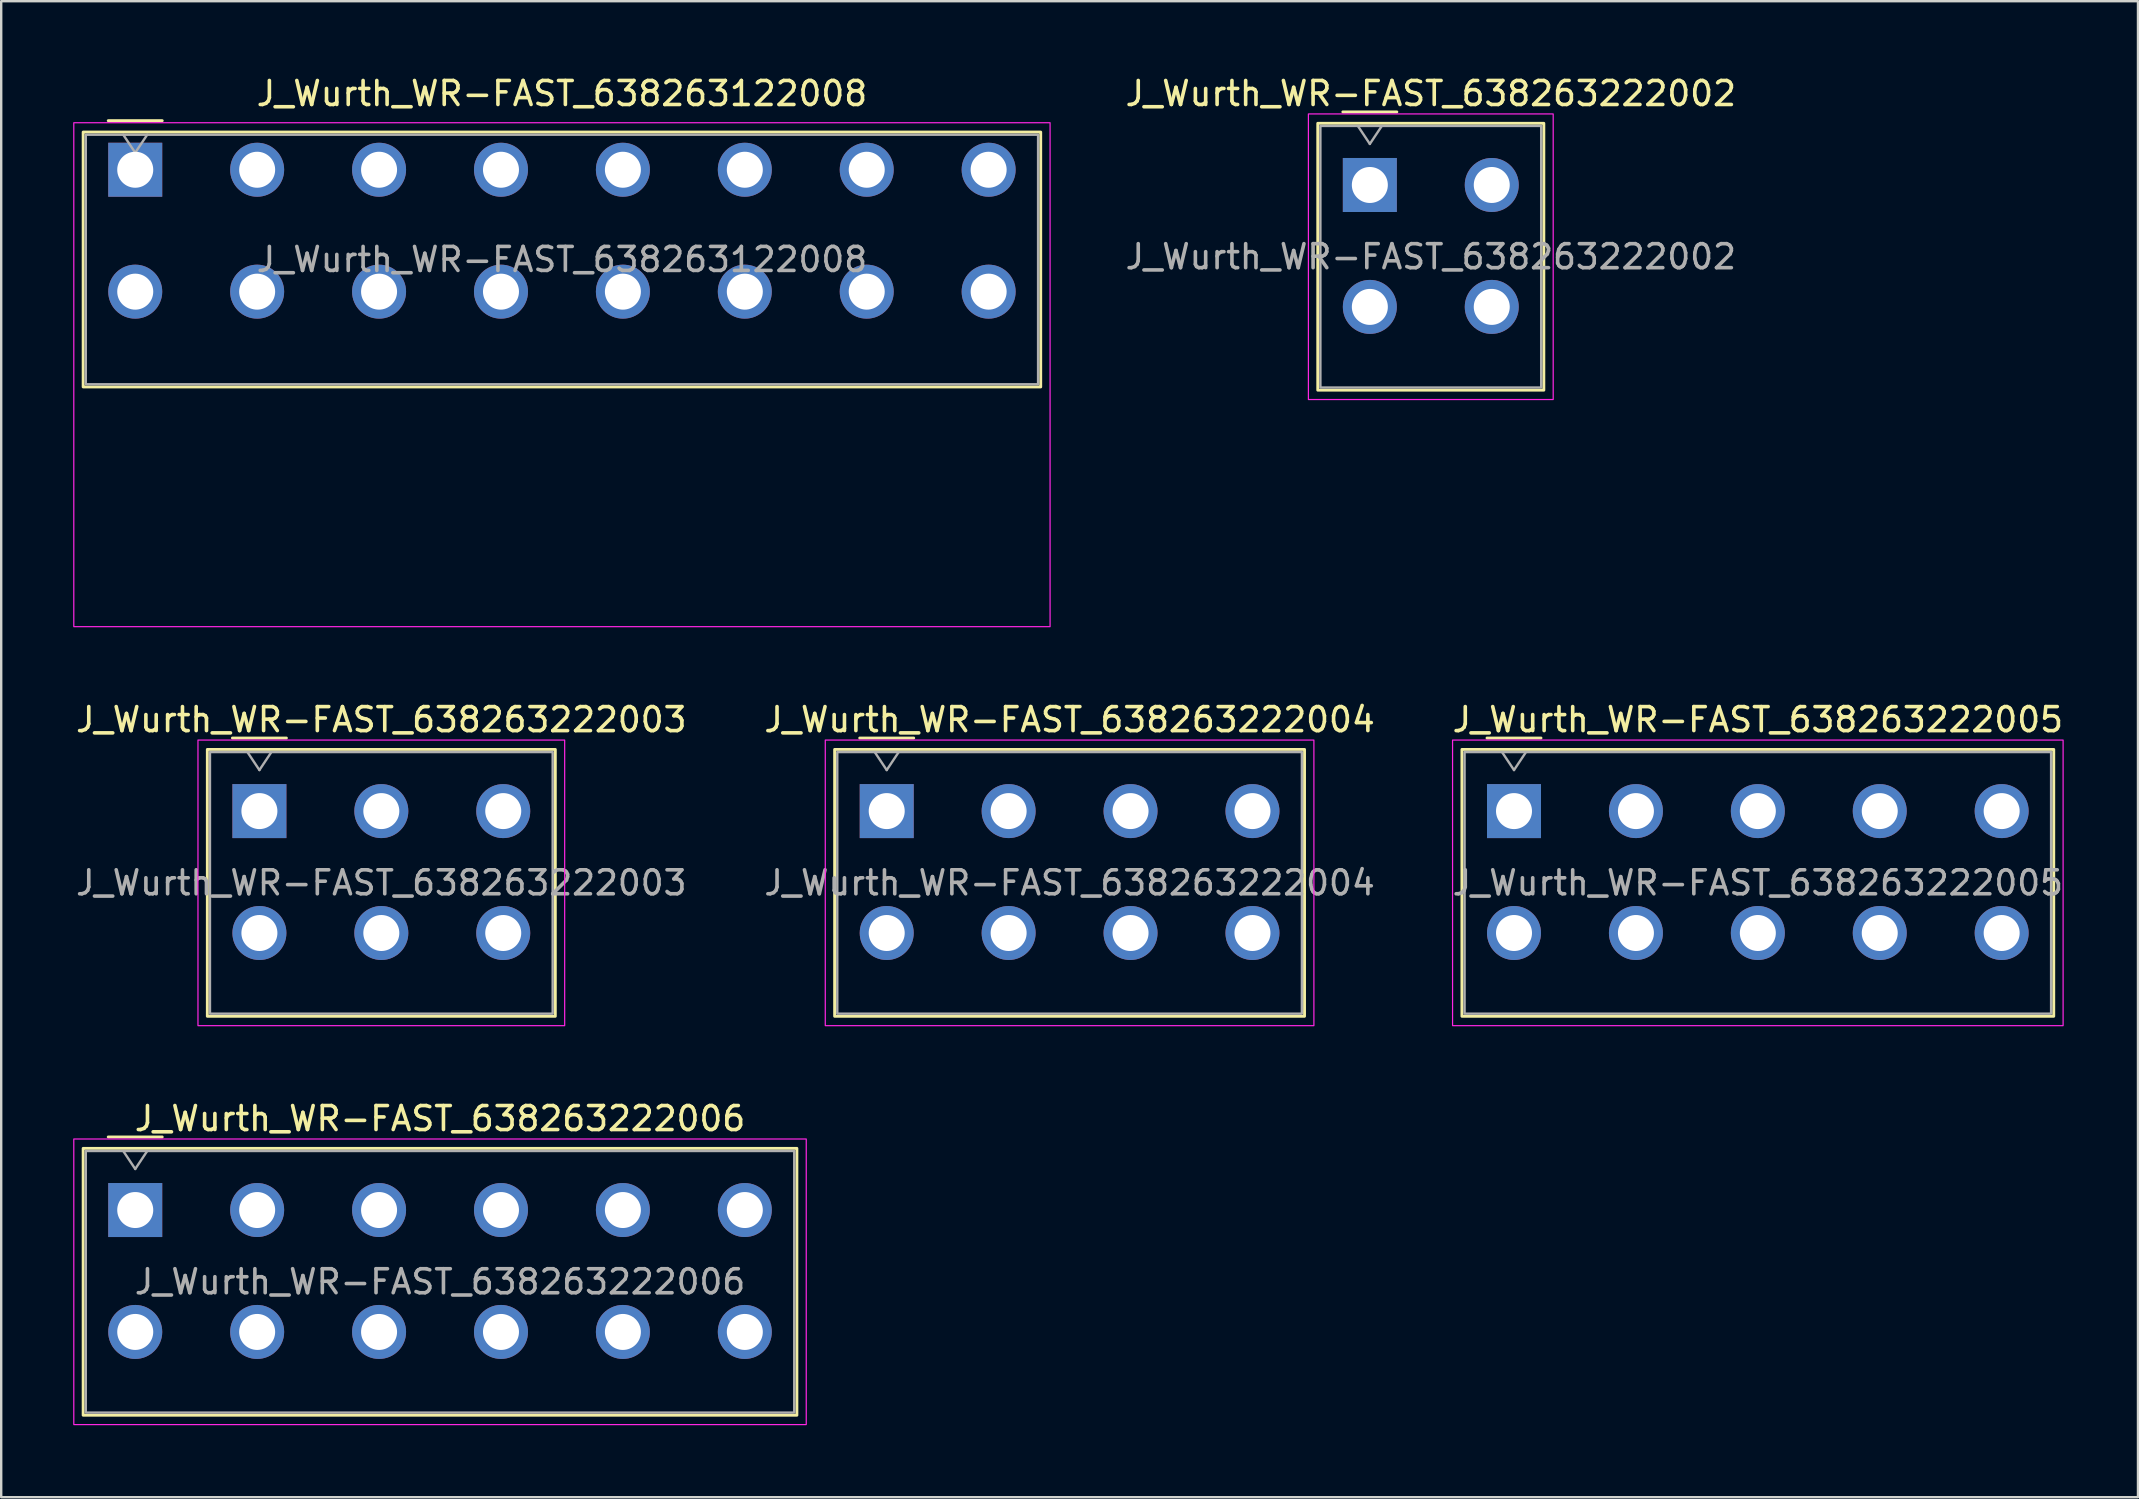
<source format=kicad_pcb>
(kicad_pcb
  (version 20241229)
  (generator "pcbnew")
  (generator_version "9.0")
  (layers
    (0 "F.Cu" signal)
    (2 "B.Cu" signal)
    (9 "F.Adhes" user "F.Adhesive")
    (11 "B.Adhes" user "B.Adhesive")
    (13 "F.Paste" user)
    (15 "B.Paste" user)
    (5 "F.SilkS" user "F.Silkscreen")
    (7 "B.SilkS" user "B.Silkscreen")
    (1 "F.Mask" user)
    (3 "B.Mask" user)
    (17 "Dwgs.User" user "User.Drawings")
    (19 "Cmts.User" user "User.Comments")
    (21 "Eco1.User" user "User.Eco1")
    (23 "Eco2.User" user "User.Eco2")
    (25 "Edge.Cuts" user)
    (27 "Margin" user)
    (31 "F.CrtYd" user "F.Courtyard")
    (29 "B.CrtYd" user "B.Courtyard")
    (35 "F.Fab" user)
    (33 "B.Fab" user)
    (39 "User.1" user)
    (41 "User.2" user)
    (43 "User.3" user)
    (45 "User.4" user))
  (footprint "J_Wurth_WR-FAST_638263222005"
    (layer "F.Cu")
    (at 60.036 30.747)
    (property "Reference" "J_Wurth_WR-FAST_638263222005" (at 10.16 -3.81 0) (unlocked yes) (layer "F.SilkS") (effects (font (size 1 1) (thickness 0.15))))
    (attr through_hole)
    (fp_line (start -1.125 -3.045) (end 1.125 -3.045) (stroke (width 0.12) (type solid)) (layer "F.SilkS"))
    (fp_rect (start -2.17 -2.57) (end 22.49 8.55) (stroke (width 0.12) (type solid)) (fill no) (layer "F.SilkS"))
    (fp_rect (start -2.56 -2.96) (end 22.88 8.94) (stroke (width 0.05) (type solid)) (fill no) (layer "F.CrtYd"))
    (fp_line (start 0 -1.71) (end -0.5 -2.46) (stroke (width 0.1) (type solid)) (layer "F.Fab"))
    (fp_line (start 0 -1.71) (end 0.5 -2.46) (stroke (width 0.1) (type solid)) (layer "F.Fab"))
    (fp_rect (start -2.06 -2.46) (end 22.38 8.44) (stroke (width 0.1) (type solid)) (fill no) (layer "F.Fab"))
    (fp_text user "${REFERENCE}" (at 10.16 2.99 0) (unlocked yes) (layer "F.Fab") (effects (font (size 1 1) (thickness 0.15))))
    (pad "1" thru_hole rect (at 0 0) (size 2.25 2.25) (drill 1.5) (layers "*.Cu" "*.Mask"))
    (pad "2" thru_hole circle (at 5.08 0) (size 2.25 2.25) (drill 1.5) (layers "*.Cu" "*.Mask"))
    (pad "3" thru_hole circle (at 10.16 0) (size 2.25 2.25) (drill 1.5) (layers "*.Cu" "*.Mask"))
    (pad "4" thru_hole circle (at 15.24 0) (size 2.25 2.25) (drill 1.5) (layers "*.Cu" "*.Mask"))
    (pad "5" thru_hole circle (at 20.32 0) (size 2.25 2.25) (drill 1.5) (layers "*.Cu" "*.Mask"))
    (pad "A1" thru_hole circle (at 0 5.08) (size 2.25 2.25) (drill 1.5) (layers "*.Cu" "*.Mask"))
    (pad "A2" thru_hole circle (at 5.08 5.08) (size 2.25 2.25) (drill 1.5) (layers "*.Cu" "*.Mask"))
    (pad "A3" thru_hole circle (at 10.16 5.08) (size 2.25 2.25) (drill 1.5) (layers "*.Cu" "*.Mask"))
    (pad "A4" thru_hole circle (at 15.24 5.08) (size 2.25 2.25) (drill 1.5) (layers "*.Cu" "*.Mask"))
    (pad "A5" thru_hole circle (at 20.32 5.08) (size 2.25 2.25) (drill 1.5) (layers "*.Cu" "*.Mask")))
  (footprint "J_Wurth_WR-FAST_638263222006"
    (layer "F.Cu")
    (at 2.585 47.37)
    (property "Reference" "J_Wurth_WR-FAST_638263222006" (at 12.7 -3.81 0) (unlocked yes) (layer "F.SilkS") (effects (font (size 1 1) (thickness 0.15))))
    (attr through_hole)
    (fp_line (start -1.125 -3.045) (end 1.125 -3.045) (stroke (width 0.12) (type solid)) (layer "F.SilkS"))
    (fp_rect (start -2.17 -2.57) (end 27.57 8.55) (stroke (width 0.12) (type solid)) (fill no) (layer "F.SilkS"))
    (fp_rect (start -2.56 -2.96) (end 27.96 8.94) (stroke (width 0.05) (type solid)) (fill no) (layer "F.CrtYd"))
    (fp_line (start 0 -1.71) (end -0.5 -2.46) (stroke (width 0.1) (type solid)) (layer "F.Fab"))
    (fp_line (start 0 -1.71) (end 0.5 -2.46) (stroke (width 0.1) (type solid)) (layer "F.Fab"))
    (fp_rect (start -2.06 -2.46) (end 27.46 8.44) (stroke (width 0.1) (type solid)) (fill no) (layer "F.Fab"))
    (fp_text user "${REFERENCE}" (at 12.7 2.99 0) (unlocked yes) (layer "F.Fab") (effects (font (size 1 1) (thickness 0.15))))
    (pad "1" thru_hole rect (at 0 0) (size 2.25 2.25) (drill 1.5) (layers "*.Cu" "*.Mask"))
    (pad "2" thru_hole circle (at 5.08 0) (size 2.25 2.25) (drill 1.5) (layers "*.Cu" "*.Mask"))
    (pad "3" thru_hole circle (at 10.16 0) (size 2.25 2.25) (drill 1.5) (layers "*.Cu" "*.Mask"))
    (pad "4" thru_hole circle (at 15.24 0) (size 2.25 2.25) (drill 1.5) (layers "*.Cu" "*.Mask"))
    (pad "5" thru_hole circle (at 20.32 0) (size 2.25 2.25) (drill 1.5) (layers "*.Cu" "*.Mask"))
    (pad "6" thru_hole circle (at 25.4 0) (size 2.25 2.25) (drill 1.5) (layers "*.Cu" "*.Mask"))
    (pad "A1" thru_hole circle (at 0 5.08) (size 2.25 2.25) (drill 1.5) (layers "*.Cu" "*.Mask"))
    (pad "A2" thru_hole circle (at 5.08 5.08) (size 2.25 2.25) (drill 1.5) (layers "*.Cu" "*.Mask"))
    (pad "A3" thru_hole circle (at 10.16 5.08) (size 2.25 2.25) (drill 1.5) (layers "*.Cu" "*.Mask"))
    (pad "A4" thru_hole circle (at 15.24 5.08) (size 2.25 2.25) (drill 1.5) (layers "*.Cu" "*.Mask"))
    (pad "A5" thru_hole circle (at 20.32 5.08) (size 2.25 2.25) (drill 1.5) (layers "*.Cu" "*.Mask"))
    (pad "A6" thru_hole circle (at 25.4 5.08) (size 2.25 2.25) (drill 1.5) (layers "*.Cu" "*.Mask")))
  (footprint "J_Wurth_WR-FAST_638263222004"
    (layer "F.Cu")
    (at 33.898 30.747)
    (property "Reference" "J_Wurth_WR-FAST_638263222004" (at 7.62 -3.81 0) (unlocked yes) (layer "F.SilkS") (effects (font (size 1 1) (thickness 0.15))))
    (attr through_hole)
    (fp_line (start -1.125 -3.045) (end 1.125 -3.045) (stroke (width 0.12) (type solid)) (layer "F.SilkS"))
    (fp_rect (start -2.17 -2.57) (end 17.41 8.55) (stroke (width 0.12) (type solid)) (fill no) (layer "F.SilkS"))
    (fp_rect (start -2.56 -2.96) (end 17.8 8.94) (stroke (width 0.05) (type solid)) (fill no) (layer "F.CrtYd"))
    (fp_line (start 0 -1.71) (end -0.5 -2.46) (stroke (width 0.1) (type solid)) (layer "F.Fab"))
    (fp_line (start 0 -1.71) (end 0.5 -2.46) (stroke (width 0.1) (type solid)) (layer "F.Fab"))
    (fp_rect (start -2.06 -2.46) (end 17.3 8.44) (stroke (width 0.1) (type solid)) (fill no) (layer "F.Fab"))
    (fp_text user "${REFERENCE}" (at 7.62 2.99 0) (unlocked yes) (layer "F.Fab") (effects (font (size 1 1) (thickness 0.15))))
    (pad "1" thru_hole rect (at 0 0) (size 2.25 2.25) (drill 1.5) (layers "*.Cu" "*.Mask"))
    (pad "2" thru_hole circle (at 5.08 0) (size 2.25 2.25) (drill 1.5) (layers "*.Cu" "*.Mask"))
    (pad "3" thru_hole circle (at 10.16 0) (size 2.25 2.25) (drill 1.5) (layers "*.Cu" "*.Mask"))
    (pad "4" thru_hole circle (at 15.24 0) (size 2.25 2.25) (drill 1.5) (layers "*.Cu" "*.Mask"))
    (pad "A1" thru_hole circle (at 0 5.08) (size 2.25 2.25) (drill 1.5) (layers "*.Cu" "*.Mask"))
    (pad "A2" thru_hole circle (at 5.08 5.08) (size 2.25 2.25) (drill 1.5) (layers "*.Cu" "*.Mask"))
    (pad "A3" thru_hole circle (at 10.16 5.08) (size 2.25 2.25) (drill 1.5) (layers "*.Cu" "*.Mask"))
    (pad "A4" thru_hole circle (at 15.24 5.08) (size 2.25 2.25) (drill 1.5) (layers "*.Cu" "*.Mask")))
  (footprint "J_Wurth_WR-FAST_638263222002"
    (layer "F.Cu")
    (at 54.029 4.658)
    (property "Reference" "J_Wurth_WR-FAST_638263222002" (at 2.54 -3.81 0) (unlocked yes) (layer "F.SilkS") (effects (font (size 1 1) (thickness 0.15))))
    (attr through_hole)
    (fp_line (start -1.125 -3.045) (end 1.125 -3.045) (stroke (width 0.12) (type solid)) (layer "F.SilkS"))
    (fp_rect (start -2.17 -2.57) (end 7.25 8.55) (stroke (width 0.12) (type solid)) (fill no) (layer "F.SilkS"))
    (fp_rect (start -2.56 -2.96) (end 7.64 8.94) (stroke (width 0.05) (type solid)) (fill no) (layer "F.CrtYd"))
    (fp_line (start 0 -1.71) (end -0.5 -2.46) (stroke (width 0.1) (type solid)) (layer "F.Fab"))
    (fp_line (start 0 -1.71) (end 0.5 -2.46) (stroke (width 0.1) (type solid)) (layer "F.Fab"))
    (fp_rect (start -2.06 -2.46) (end 7.14 8.44) (stroke (width 0.1) (type solid)) (fill no) (layer "F.Fab"))
    (fp_text user "${REFERENCE}" (at 2.54 2.99 0) (unlocked yes) (layer "F.Fab") (effects (font (size 1 1) (thickness 0.15))))
    (pad "1" thru_hole rect (at 0 0) (size 2.25 2.25) (drill 1.5) (layers "*.Cu" "*.Mask"))
    (pad "2" thru_hole circle (at 5.08 0) (size 2.25 2.25) (drill 1.5) (layers "*.Cu" "*.Mask"))
    (pad "A1" thru_hole circle (at 0 5.08) (size 2.25 2.25) (drill 1.5) (layers "*.Cu" "*.Mask"))
    (pad "A2" thru_hole circle (at 5.08 5.08) (size 2.25 2.25) (drill 1.5) (layers "*.Cu" "*.Mask")))
  (footprint "J_Wurth_WR-FAST_638263122008"
    (layer "F.Cu")
    (at 2.585 4.023)
    (property "Reference" "J_Wurth_WR-FAST_638263122008" (at 17.78 -3.175 0) (unlocked yes) (layer "F.SilkS") (effects (font (size 1 1) (thickness 0.15))))
    (attr through_hole)
    (fp_line (start -1.125 -2.045) (end 1.125 -2.045) (stroke (width 0.12) (type solid)) (layer "F.SilkS"))
    (fp_rect (start -2.17 -1.57) (end 37.73 9.05) (stroke (width 0.12) (type solid)) (fill no) (layer "F.SilkS"))
    (fp_rect (start -2.56 -1.96) (end 38.12 19.04) (stroke (width 0.05) (type solid)) (fill no) (layer "F.CrtYd"))
    (fp_line (start 0 -0.71) (end -0.5 -1.46) (stroke (width 0.1) (type solid)) (layer "F.Fab"))
    (fp_line (start 0 -0.71) (end 0.5 -1.46) (stroke (width 0.1) (type solid)) (layer "F.Fab"))
    (fp_rect (start -2.06 -1.46) (end 37.62 8.94) (stroke (width 0.1) (type solid)) (fill no) (layer "F.Fab"))
    (fp_text user "${REFERENCE}" (at 17.78 3.74 0) (unlocked yes) (layer "F.Fab") (effects (font (size 1 1) (thickness 0.15))))
    (pad "1" thru_hole rect (at 0 0) (size 2.25 2.25) (drill 1.5) (layers "*.Cu" "*.Mask"))
    (pad "2" thru_hole circle (at 5.08 0) (size 2.25 2.25) (drill 1.5) (layers "*.Cu" "*.Mask"))
    (pad "3" thru_hole circle (at 10.16 0) (size 2.25 2.25) (drill 1.5) (layers "*.Cu" "*.Mask"))
    (pad "4" thru_hole circle (at 15.24 0) (size 2.25 2.25) (drill 1.5) (layers "*.Cu" "*.Mask"))
    (pad "5" thru_hole circle (at 20.32 0) (size 2.25 2.25) (drill 1.5) (layers "*.Cu" "*.Mask"))
    (pad "6" thru_hole circle (at 25.4 0) (size 2.25 2.25) (drill 1.5) (layers "*.Cu" "*.Mask"))
    (pad "7" thru_hole circle (at 30.48 0) (size 2.25 2.25) (drill 1.5) (layers "*.Cu" "*.Mask"))
    (pad "8" thru_hole circle (at 35.56 0) (size 2.25 2.25) (drill 1.5) (layers "*.Cu" "*.Mask"))
    (pad "A1" thru_hole circle (at 0 5.08) (size 2.25 2.25) (drill 1.5) (layers "*.Cu" "*.Mask"))
    (pad "A2" thru_hole circle (at 5.08 5.08) (size 2.25 2.25) (drill 1.5) (layers "*.Cu" "*.Mask"))
    (pad "A3" thru_hole circle (at 10.16 5.08) (size 2.25 2.25) (drill 1.5) (layers "*.Cu" "*.Mask"))
    (pad "A4" thru_hole circle (at 15.24 5.08) (size 2.25 2.25) (drill 1.5) (layers "*.Cu" "*.Mask"))
    (pad "A5" thru_hole circle (at 20.32 5.08) (size 2.25 2.25) (drill 1.5) (layers "*.Cu" "*.Mask"))
    (pad "A6" thru_hole circle (at 25.4 5.08) (size 2.25 2.25) (drill 1.5) (layers "*.Cu" "*.Mask"))
    (pad "A7" thru_hole circle (at 30.48 5.08) (size 2.25 2.25) (drill 1.5) (layers "*.Cu" "*.Mask"))
    (pad "A8" thru_hole circle (at 35.56 5.08) (size 2.25 2.25) (drill 1.5) (layers "*.Cu" "*.Mask")))
  (footprint "J_Wurth_WR-FAST_638263222003"
    (layer "F.Cu")
    (at 7.759 30.747)
    (property "Reference" "J_Wurth_WR-FAST_638263222003" (at 5.08 -3.81 0) (unlocked yes) (layer "F.SilkS") (effects (font (size 1 1) (thickness 0.15))))
    (attr through_hole)
    (fp_line (start -1.125 -3.045) (end 1.125 -3.045) (stroke (width 0.12) (type solid)) (layer "F.SilkS"))
    (fp_rect (start -2.17 -2.57) (end 12.33 8.55) (stroke (width 0.12) (type solid)) (fill no) (layer "F.SilkS"))
    (fp_rect (start -2.56 -2.96) (end 12.72 8.94) (stroke (width 0.05) (type solid)) (fill no) (layer "F.CrtYd"))
    (fp_line (start 0 -1.71) (end -0.5 -2.46) (stroke (width 0.1) (type solid)) (layer "F.Fab"))
    (fp_line (start 0 -1.71) (end 0.5 -2.46) (stroke (width 0.1) (type solid)) (layer "F.Fab"))
    (fp_rect (start -2.06 -2.46) (end 12.22 8.44) (stroke (width 0.1) (type solid)) (fill no) (layer "F.Fab"))
    (fp_text user "${REFERENCE}" (at 5.08 2.99 0) (unlocked yes) (layer "F.Fab") (effects (font (size 1 1) (thickness 0.15))))
    (pad "1" thru_hole rect (at 0 0) (size 2.25 2.25) (drill 1.5) (layers "*.Cu" "*.Mask"))
    (pad "2" thru_hole circle (at 5.08 0) (size 2.25 2.25) (drill 1.5) (layers "*.Cu" "*.Mask"))
    (pad "3" thru_hole circle (at 10.16 0) (size 2.25 2.25) (drill 1.5) (layers "*.Cu" "*.Mask"))
    (pad "A1" thru_hole circle (at 0 5.08) (size 2.25 2.25) (drill 1.5) (layers "*.Cu" "*.Mask"))
    (pad "A2" thru_hole circle (at 5.08 5.08) (size 2.25 2.25) (drill 1.5) (layers "*.Cu" "*.Mask"))
    (pad "A3" thru_hole circle (at 10.16 5.08) (size 2.25 2.25) (drill 1.5) (layers "*.Cu" "*.Mask")))
  (gr_rect
    (start -3 -3)
    (end 86.036 59.335)
    (stroke (width 0.1) (type default))
    (fill no)
    (layer "Edge.Cuts")))
</source>
